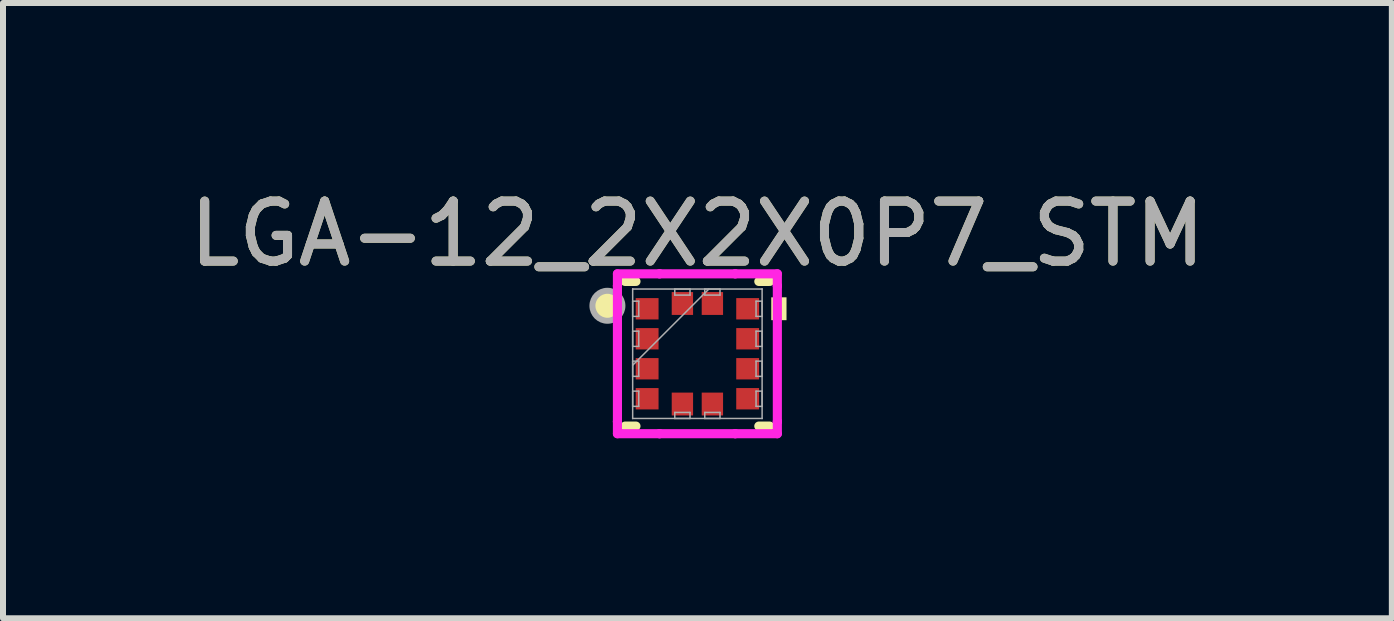
<source format=kicad_pcb>
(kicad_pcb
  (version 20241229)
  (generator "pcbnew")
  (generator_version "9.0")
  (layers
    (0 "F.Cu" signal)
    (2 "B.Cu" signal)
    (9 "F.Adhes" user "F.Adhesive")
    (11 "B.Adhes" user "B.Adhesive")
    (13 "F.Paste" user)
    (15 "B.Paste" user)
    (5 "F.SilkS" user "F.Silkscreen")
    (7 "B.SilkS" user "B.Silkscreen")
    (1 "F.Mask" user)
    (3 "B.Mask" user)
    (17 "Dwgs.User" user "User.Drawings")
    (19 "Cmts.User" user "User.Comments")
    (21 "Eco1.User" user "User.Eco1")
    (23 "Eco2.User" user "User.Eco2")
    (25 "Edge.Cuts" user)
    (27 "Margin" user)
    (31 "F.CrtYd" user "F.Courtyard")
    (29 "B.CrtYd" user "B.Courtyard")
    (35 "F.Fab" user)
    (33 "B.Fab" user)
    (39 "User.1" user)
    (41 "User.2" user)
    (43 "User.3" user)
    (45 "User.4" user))
  (footprint "LGA-12_2X2X0P7_STM"
    (layer "F.Cu")
    (at 8.577 2.848)
    (property "Reference" "LGA-12_2X2X0P7_STM" (at 0 -2 0) (unlocked yes) (layer "F.SilkS") (effects (font (size 1 1) (thickness 0.15))))
    (attr smd)
    (fp_line (start -1.206 1.206) (end -1.024 1.206) (stroke (width 0.152) (type solid)) (layer "F.SilkS"))
    (fp_line (start -1.024 -1.206) (end -1.206 -1.206) (stroke (width 0.152) (type solid)) (layer "F.SilkS"))
    (fp_line (start 1.024 1.206) (end 1.206 1.206) (stroke (width 0.152) (type solid)) (layer "F.SilkS"))
    (fp_line (start 1.206 -1.206) (end 1.024 -1.206) (stroke (width 0.152) (type solid)) (layer "F.SilkS"))
    (fp_circle (center -1.5 -0.8) (end -1.25 -0.8) (stroke (width 0) (type default)) (fill yes) (layer "F.SilkS"))
    (fp_poly (pts (xy 1.486 -0.941) (xy 1.486 -0.56) (xy 1.232 -0.56) (xy 1.232 -0.941)) (stroke (width 0) (type solid)) (fill yes) (layer "F.SilkS"))
    (fp_line (start -1.333 -1.333) (end -0.631 -1.333) (stroke (width 0.152) (type solid)) (layer "F.CrtYd"))
    (fp_line (start -1.333 -1.131) (end -1.333 -1.333) (stroke (width 0.152) (type solid)) (layer "F.CrtYd"))
    (fp_line (start -1.333 -1.131) (end -1.333 -1.131) (stroke (width 0.152) (type solid)) (layer "F.CrtYd"))
    (fp_line (start -1.333 1.131) (end -1.333 -1.131) (stroke (width 0.152) (type solid)) (layer "F.CrtYd"))
    (fp_line (start -1.333 1.131) (end -1.333 1.131) (stroke (width 0.152) (type solid)) (layer "F.CrtYd"))
    (fp_line (start -1.333 1.333) (end -1.333 1.131) (stroke (width 0.152) (type solid)) (layer "F.CrtYd"))
    (fp_line (start -0.631 -1.333) (end -0.631 -1.333) (stroke (width 0.152) (type solid)) (layer "F.CrtYd"))
    (fp_line (start -0.631 -1.333) (end 0.631 -1.333) (stroke (width 0.152) (type solid)) (layer "F.CrtYd"))
    (fp_line (start -0.631 1.333) (end -1.333 1.333) (stroke (width 0.152) (type solid)) (layer "F.CrtYd"))
    (fp_line (start -0.631 1.333) (end -0.631 1.333) (stroke (width 0.152) (type solid)) (layer "F.CrtYd"))
    (fp_line (start 0.631 -1.333) (end 0.631 -1.333) (stroke (width 0.152) (type solid)) (layer "F.CrtYd"))
    (fp_line (start 0.631 -1.333) (end 1.333 -1.333) (stroke (width 0.152) (type solid)) (layer "F.CrtYd"))
    (fp_line (start 0.631 1.333) (end -0.631 1.333) (stroke (width 0.152) (type solid)) (layer "F.CrtYd"))
    (fp_line (start 0.631 1.333) (end 0.631 1.333) (stroke (width 0.152) (type solid)) (layer "F.CrtYd"))
    (fp_line (start 1.333 -1.333) (end 1.333 -1.131) (stroke (width 0.152) (type solid)) (layer "F.CrtYd"))
    (fp_line (start 1.333 -1.131) (end 1.333 -1.131) (stroke (width 0.152) (type solid)) (layer "F.CrtYd"))
    (fp_line (start 1.333 -1.131) (end 1.333 1.131) (stroke (width 0.152) (type solid)) (layer "F.CrtYd"))
    (fp_line (start 1.333 1.131) (end 1.333 1.131) (stroke (width 0.152) (type solid)) (layer "F.CrtYd"))
    (fp_line (start 1.333 1.131) (end 1.333 1.333) (stroke (width 0.152) (type solid)) (layer "F.CrtYd"))
    (fp_line (start 1.333 1.333) (end 0.631 1.333) (stroke (width 0.152) (type solid)) (layer "F.CrtYd"))
    (fp_line (start -1.079 -1.079) (end -1.079 -1.079) (stroke (width 0.025) (type solid)) (layer "F.Fab"))
    (fp_line (start -1.079 -1.079) (end -1.079 1.079) (stroke (width 0.025) (type solid)) (layer "F.Fab"))
    (fp_line (start -1.079 -0.877) (end -0.978 -0.877) (stroke (width 0.025) (type solid)) (layer "F.Fab"))
    (fp_line (start -1.079 -0.623) (end -1.079 -0.877) (stroke (width 0.025) (type solid)) (layer "F.Fab"))
    (fp_line (start -1.079 -0.377) (end -0.978 -0.377) (stroke (width 0.025) (type solid)) (layer "F.Fab"))
    (fp_line (start -1.079 -0.123) (end -1.079 -0.377) (stroke (width 0.025) (type solid)) (layer "F.Fab"))
    (fp_line (start -1.079 0.123) (end -0.978 0.123) (stroke (width 0.025) (type solid)) (layer "F.Fab"))
    (fp_line (start -1.079 0.191) (end 0.191 -1.079) (stroke (width 0.025) (type solid)) (layer "F.Fab"))
    (fp_line (start -1.079 0.377) (end -1.079 0.123) (stroke (width 0.025) (type solid)) (layer "F.Fab"))
    (fp_line (start -1.079 0.623) (end -0.978 0.623) (stroke (width 0.025) (type solid)) (layer "F.Fab"))
    (fp_line (start -1.079 0.877) (end -1.079 0.623) (stroke (width 0.025) (type solid)) (layer "F.Fab"))
    (fp_line (start -1.079 1.079) (end -1.079 1.079) (stroke (width 0.025) (type solid)) (layer "F.Fab"))
    (fp_line (start -1.079 1.079) (end 1.079 1.079) (stroke (width 0.025) (type solid)) (layer "F.Fab"))
    (fp_line (start -0.978 -0.877) (end -0.978 -0.623) (stroke (width 0.025) (type solid)) (layer "F.Fab"))
    (fp_line (start -0.978 -0.623) (end -1.079 -0.623) (stroke (width 0.025) (type solid)) (layer "F.Fab"))
    (fp_line (start -0.978 -0.377) (end -0.978 -0.123) (stroke (width 0.025) (type solid)) (layer "F.Fab"))
    (fp_line (start -0.978 -0.123) (end -1.079 -0.123) (stroke (width 0.025) (type solid)) (layer "F.Fab"))
    (fp_line (start -0.978 0.123) (end -0.978 0.377) (stroke (width 0.025) (type solid)) (layer "F.Fab"))
    (fp_line (start -0.978 0.377) (end -1.079 0.377) (stroke (width 0.025) (type solid)) (layer "F.Fab"))
    (fp_line (start -0.978 0.623) (end -0.978 0.877) (stroke (width 0.025) (type solid)) (layer "F.Fab"))
    (fp_line (start -0.978 0.877) (end -1.079 0.877) (stroke (width 0.025) (type solid)) (layer "F.Fab"))
    (fp_line (start -0.377 -1.079) (end -0.123 -1.079) (stroke (width 0.025) (type solid)) (layer "F.Fab"))
    (fp_line (start -0.377 -0.978) (end -0.377 -1.079) (stroke (width 0.025) (type solid)) (layer "F.Fab"))
    (fp_line (start -0.377 0.978) (end -0.123 0.978) (stroke (width 0.025) (type solid)) (layer "F.Fab"))
    (fp_line (start -0.377 1.079) (end -0.377 0.978) (stroke (width 0.025) (type solid)) (layer "F.Fab"))
    (fp_line (start -0.123 -1.079) (end -0.123 -0.978) (stroke (width 0.025) (type solid)) (layer "F.Fab"))
    (fp_line (start -0.123 -0.978) (end -0.377 -0.978) (stroke (width 0.025) (type solid)) (layer "F.Fab"))
    (fp_line (start -0.123 0.978) (end -0.123 1.079) (stroke (width 0.025) (type solid)) (layer "F.Fab"))
    (fp_line (start -0.123 1.079) (end -0.377 1.079) (stroke (width 0.025) (type solid)) (layer "F.Fab"))
    (fp_line (start 0.123 -1.079) (end 0.377 -1.079) (stroke (width 0.025) (type solid)) (layer "F.Fab"))
    (fp_line (start 0.123 -0.978) (end 0.123 -1.079) (stroke (width 0.025) (type solid)) (layer "F.Fab"))
    (fp_line (start 0.123 0.978) (end 0.377 0.978) (stroke (width 0.025) (type solid)) (layer "F.Fab"))
    (fp_line (start 0.123 1.079) (end 0.123 0.978) (stroke (width 0.025) (type solid)) (layer "F.Fab"))
    (fp_line (start 0.377 -1.079) (end 0.377 -0.978) (stroke (width 0.025) (type solid)) (layer "F.Fab"))
    (fp_line (start 0.377 -0.978) (end 0.123 -0.978) (stroke (width 0.025) (type solid)) (layer "F.Fab"))
    (fp_line (start 0.377 0.978) (end 0.377 1.079) (stroke (width 0.025) (type solid)) (layer "F.Fab"))
    (fp_line (start 0.377 1.079) (end 0.123 1.079) (stroke (width 0.025) (type solid)) (layer "F.Fab"))
    (fp_line (start 0.978 -0.877) (end 1.079 -0.877) (stroke (width 0.025) (type solid)) (layer "F.Fab"))
    (fp_line (start 0.978 -0.623) (end 0.978 -0.877) (stroke (width 0.025) (type solid)) (layer "F.Fab"))
    (fp_line (start 0.978 -0.377) (end 1.079 -0.377) (stroke (width 0.025) (type solid)) (layer "F.Fab"))
    (fp_line (start 0.978 -0.123) (end 0.978 -0.377) (stroke (width 0.025) (type solid)) (layer "F.Fab"))
    (fp_line (start 0.978 0.123) (end 1.079 0.123) (stroke (width 0.025) (type solid)) (layer "F.Fab"))
    (fp_line (start 0.978 0.377) (end 0.978 0.123) (stroke (width 0.025) (type solid)) (layer "F.Fab"))
    (fp_line (start 0.978 0.623) (end 1.079 0.623) (stroke (width 0.025) (type solid)) (layer "F.Fab"))
    (fp_line (start 0.978 0.877) (end 0.978 0.623) (stroke (width 0.025) (type solid)) (layer "F.Fab"))
    (fp_line (start 1.079 -1.079) (end -1.079 -1.079) (stroke (width 0.025) (type solid)) (layer "F.Fab"))
    (fp_line (start 1.079 -1.079) (end 1.079 -1.079) (stroke (width 0.025) (type solid)) (layer "F.Fab"))
    (fp_line (start 1.079 -0.877) (end 1.079 -0.623) (stroke (width 0.025) (type solid)) (layer "F.Fab"))
    (fp_line (start 1.079 -0.623) (end 0.978 -0.623) (stroke (width 0.025) (type solid)) (layer "F.Fab"))
    (fp_line (start 1.079 -0.377) (end 1.079 -0.123) (stroke (width 0.025) (type solid)) (layer "F.Fab"))
    (fp_line (start 1.079 -0.123) (end 0.978 -0.123) (stroke (width 0.025) (type solid)) (layer "F.Fab"))
    (fp_line (start 1.079 0.123) (end 1.079 0.377) (stroke (width 0.025) (type solid)) (layer "F.Fab"))
    (fp_line (start 1.079 0.377) (end 0.978 0.377) (stroke (width 0.025) (type solid)) (layer "F.Fab"))
    (fp_line (start 1.079 0.623) (end 1.079 0.877) (stroke (width 0.025) (type solid)) (layer "F.Fab"))
    (fp_line (start 1.079 0.877) (end 0.978 0.877) (stroke (width 0.025) (type solid)) (layer "F.Fab"))
    (fp_line (start 1.079 1.079) (end 1.079 -1.079) (stroke (width 0.025) (type solid)) (layer "F.Fab"))
    (fp_line (start 1.079 1.079) (end 1.079 1.079) (stroke (width 0.025) (type solid)) (layer "F.Fab"))
    (fp_circle (center -1.5 -0.8) (end -1.25 -0.8) (stroke (width 0.1) (type default)) (fill no) (layer "F.Fab"))
    (fp_text user "${REFERENCE}" (at 0 -2 0) (unlocked yes) (layer "F.Fab") (effects (font (size 1 1) (thickness 0.15))))
    (pad "1" smd rect (at -0.838 -0.75 90) (size 0.356 0.381) (layers "F.Cu" "F.Mask" "F.Paste"))
    (pad "2" smd rect (at -0.838 -0.25 90) (size 0.356 0.381) (layers "F.Cu" "F.Mask" "F.Paste"))
    (pad "3" smd rect (at -0.838 0.25 90) (size 0.356 0.381) (layers "F.Cu" "F.Mask" "F.Paste"))
    (pad "4" smd rect (at -0.838 0.75 90) (size 0.356 0.381) (layers "F.Cu" "F.Mask" "F.Paste"))
    (pad "5" smd rect (at -0.25 0.838) (size 0.356 0.381) (layers "F.Cu" "F.Mask" "F.Paste"))
    (pad "6" smd rect (at 0.25 0.838) (size 0.356 0.381) (layers "F.Cu" "F.Mask" "F.Paste"))
    (pad "7" smd rect (at 0.838 0.75 90) (size 0.356 0.381) (layers "F.Cu" "F.Mask" "F.Paste"))
    (pad "8" smd rect (at 0.838 0.25 90) (size 0.356 0.381) (layers "F.Cu" "F.Mask" "F.Paste"))
    (pad "9" smd rect (at 0.838 -0.25 90) (size 0.356 0.381) (layers "F.Cu" "F.Mask" "F.Paste"))
    (pad "10" smd rect (at 0.838 -0.75 90) (size 0.356 0.381) (layers "F.Cu" "F.Mask" "F.Paste"))
    (pad "11" smd rect (at 0.25 -0.838) (size 0.356 0.381) (layers "F.Cu" "F.Mask" "F.Paste"))
    (pad "12" smd rect (at -0.25 -0.838) (size 0.356 0.381) (layers "F.Cu" "F.Mask" "F.Paste")))
  (gr_rect
    (start -3 -3)
    (end 20.155 7.258)
    (stroke (width 0.1) (type default))
    (fill no)
    (layer "Edge.Cuts")))
</source>
